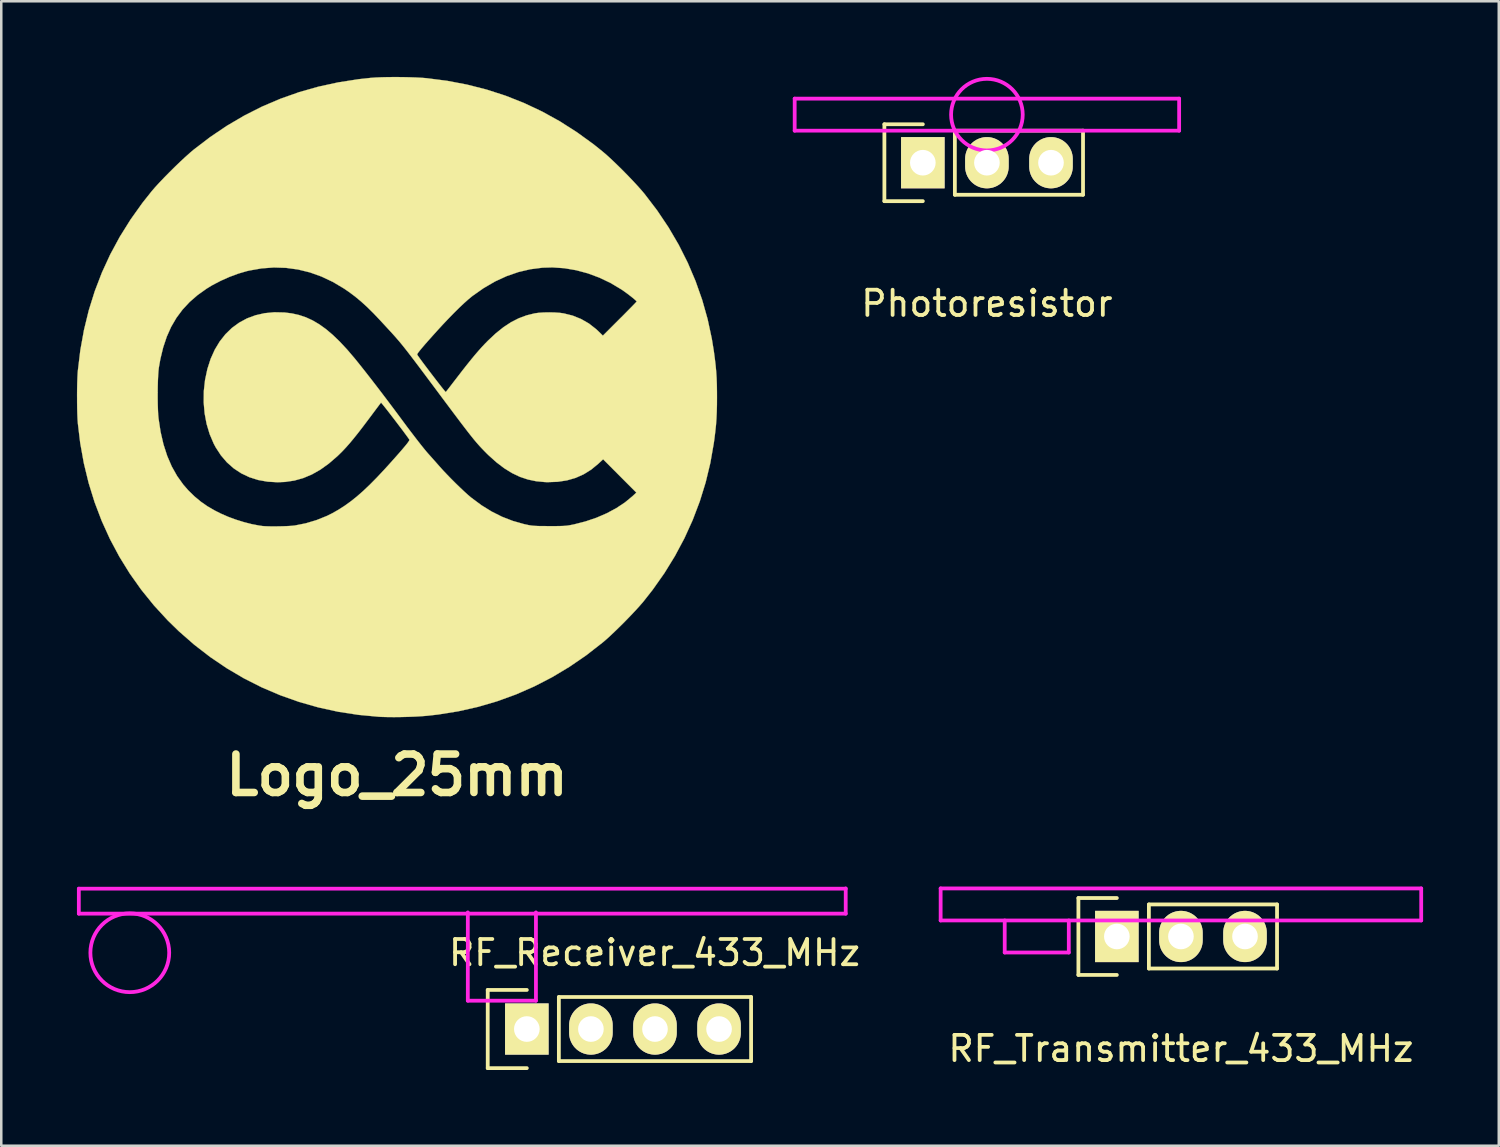
<source format=kicad_pcb>
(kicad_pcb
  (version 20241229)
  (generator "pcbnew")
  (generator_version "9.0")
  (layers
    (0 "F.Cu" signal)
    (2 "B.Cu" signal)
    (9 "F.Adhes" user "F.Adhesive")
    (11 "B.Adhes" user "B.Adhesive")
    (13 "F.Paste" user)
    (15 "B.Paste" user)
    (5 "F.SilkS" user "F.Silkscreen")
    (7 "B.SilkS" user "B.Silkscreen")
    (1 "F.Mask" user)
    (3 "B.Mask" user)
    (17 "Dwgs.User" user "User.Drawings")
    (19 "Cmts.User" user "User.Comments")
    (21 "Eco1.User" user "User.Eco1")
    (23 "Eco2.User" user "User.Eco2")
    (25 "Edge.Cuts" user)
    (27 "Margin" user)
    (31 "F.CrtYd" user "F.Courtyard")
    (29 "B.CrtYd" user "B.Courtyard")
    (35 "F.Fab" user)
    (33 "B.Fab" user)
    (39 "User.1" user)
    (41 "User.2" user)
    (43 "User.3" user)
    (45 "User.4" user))
  (footprint "Photoresistor"
    (layer "F.Cu")
    (at 36.072 3.4)
    (property "Reference" "Photoresistor" (at 0 5.58 0) (layer "F.SilkS") (effects (font (size 1 1) (thickness 0.15))))
    (attr through_hole)
    (fp_line (start -4.064 -1.524) (end -4.064 1.524) (stroke (width 0.15) (type solid)) (layer "F.SilkS"))
    (fp_line (start -4.064 1.524) (end -2.54 1.524) (stroke (width 0.15) (type solid)) (layer "F.SilkS"))
    (fp_line (start -2.54 -1.524) (end -4.064 -1.524) (stroke (width 0.15) (type solid)) (layer "F.SilkS"))
    (fp_line (start -1.27 -1.27) (end -1.27 1.27) (stroke (width 0.15) (type solid)) (layer "F.SilkS"))
    (fp_line (start -1.27 1.27) (end 3.81 1.27) (stroke (width 0.15) (type solid)) (layer "F.SilkS"))
    (fp_line (start 3.81 -1.27) (end -1.27 -1.27) (stroke (width 0.15) (type solid)) (layer "F.SilkS"))
    (fp_line (start 3.81 1.27) (end 3.81 -1.27) (stroke (width 0.15) (type solid)) (layer "F.SilkS"))
    (fp_line (start -7.62 -2.54) (end 7.62 -2.54) (stroke (width 0.15) (type solid)) (layer "F.CrtYd"))
    (fp_line (start -7.62 -1.27) (end -7.62 -2.54) (stroke (width 0.15) (type solid)) (layer "F.CrtYd"))
    (fp_line (start 7.62 -2.54) (end 7.62 -1.27) (stroke (width 0.15) (type solid)) (layer "F.CrtYd"))
    (fp_line (start 7.62 -1.27) (end -7.62 -1.27) (stroke (width 0.15) (type solid)) (layer "F.CrtYd"))
    (fp_circle (center 0 -1.905) (end 0.635 -3.175) (stroke (width 0.15) (type solid)) (fill no) (layer "F.CrtYd"))
    (pad "1" thru_hole rect (at -2.54 0 90) (size 2.032 1.727) (drill 1.016) (layers "*.Cu" "*.Mask" "F.SilkS"))
    (pad "2" thru_hole oval (at 0 0 90) (size 2.032 1.727) (drill 1.016) (layers "*.Cu" "*.Mask" "F.SilkS"))
    (pad "3" thru_hole oval (at 2.54 0 90) (size 2.032 1.727) (drill 1.016) (layers "*.Cu" "*.Mask" "F.SilkS")))
  (footprint "RF_Receiver_433_MHz"
    (layer "F.Cu")
    (at 22.895 37.718)
    (property "Reference" "RF_Receiver_433_MHz" (at 0 -3 0) (layer "F.SilkS") (effects (font (size 1 1) (thickness 0.15))))
    (attr through_hole)
    (fp_line (start -6.611 -1.526) (end -5.061 -1.526) (stroke (width 0.15) (type solid)) (layer "F.SilkS"))
    (fp_line (start -6.611 1.574) (end -6.611 -1.526) (stroke (width 0.15) (type solid)) (layer "F.SilkS"))
    (fp_line (start -5.061 1.574) (end -6.611 1.574) (stroke (width 0.15) (type solid)) (layer "F.SilkS"))
    (fp_line (start -3.791 -1.246) (end -3.791 1.294) (stroke (width 0.15) (type solid)) (layer "F.SilkS"))
    (fp_line (start -3.791 -1.246) (end 3.829 -1.246) (stroke (width 0.15) (type solid)) (layer "F.SilkS"))
    (fp_line (start -3.791 1.294) (end 3.829 1.294) (stroke (width 0.15) (type solid)) (layer "F.SilkS"))
    (fp_line (start 3.829 1.294) (end 3.829 -1.246) (stroke (width 0.15) (type solid)) (layer "F.SilkS"))
    (fp_line (start -22.82 -5.54) (end -22.82 -4.55) (stroke (width 0.15) (type solid)) (layer "F.CrtYd"))
    (fp_line (start -22.82 -4.55) (end 7.58 -4.55) (stroke (width 0.15) (type solid)) (layer "F.CrtYd"))
    (fp_line (start -7.4 -4.6) (end -7.4 -1.1) (stroke (width 0.15) (type solid)) (layer "F.CrtYd"))
    (fp_line (start -7.4 -1.1) (end -4.7 -1.1) (stroke (width 0.15) (type solid)) (layer "F.CrtYd"))
    (fp_line (start -4.7 -1.1) (end -4.7 -4.6) (stroke (width 0.15) (type solid)) (layer "F.CrtYd"))
    (fp_line (start 7.58 -5.54) (end -22.82 -5.54) (stroke (width 0.15) (type solid)) (layer "F.CrtYd"))
    (fp_line (start 7.58 -4.55) (end 7.58 -5.55) (stroke (width 0.15) (type solid)) (layer "F.CrtYd"))
    (fp_circle (center -20.8 -3) (end -19.6 -2) (stroke (width 0.15) (type solid)) (fill no) (layer "F.CrtYd"))
    (pad "1" thru_hole rect (at -5.061 0.024 90) (size 2.032 1.727) (drill 1.016) (layers "*.Cu" "*.Mask" "F.SilkS"))
    (pad "2" thru_hole oval (at -2.521 0.024 90) (size 2.032 1.727) (drill 1.016) (layers "*.Cu" "*.Mask" "F.SilkS"))
    (pad "3" thru_hole oval (at 0.019 0.024 90) (size 2.032 1.727) (drill 1.016) (layers "*.Cu" "*.Mask" "F.SilkS"))
    (pad "4" thru_hole oval (at 2.559 0.024 90) (size 2.032 1.727) (drill 1.016) (layers "*.Cu" "*.Mask" "F.SilkS")))
  (footprint "RF_Transmitter_433_MHz"
    (layer "F.Cu")
    (at 43.763 34.073)
    (property "Reference" "RF_Transmitter_433_MHz" (at 0 4.445 0) (layer "F.SilkS") (effects (font (size 1 1) (thickness 0.15))))
    (attr through_hole)
    (fp_line (start -4.064 -1.524) (end -4.064 1.524) (stroke (width 0.15) (type solid)) (layer "F.SilkS"))
    (fp_line (start -4.064 1.524) (end -2.54 1.524) (stroke (width 0.15) (type solid)) (layer "F.SilkS"))
    (fp_line (start -2.54 -1.524) (end -4.064 -1.524) (stroke (width 0.15) (type solid)) (layer "F.SilkS"))
    (fp_line (start -1.27 -1.27) (end 3.81 -1.27) (stroke (width 0.15) (type solid)) (layer "F.SilkS"))
    (fp_line (start -1.27 1.27) (end -1.27 -1.27) (stroke (width 0.15) (type solid)) (layer "F.SilkS"))
    (fp_line (start 3.81 -1.27) (end 3.81 1.27) (stroke (width 0.15) (type solid)) (layer "F.SilkS"))
    (fp_line (start 3.81 1.27) (end -1.27 1.27) (stroke (width 0.15) (type solid)) (layer "F.SilkS"))
    (fp_line (start -9.525 -1.905) (end 9.525 -1.905) (stroke (width 0.15) (type solid)) (layer "F.CrtYd"))
    (fp_line (start -9.525 -0.635) (end -9.525 -1.905) (stroke (width 0.15) (type solid)) (layer "F.CrtYd"))
    (fp_line (start -6.985 -0.635) (end -6.985 0.635) (stroke (width 0.15) (type solid)) (layer "F.CrtYd"))
    (fp_line (start -6.985 0.635) (end -4.445 0.635) (stroke (width 0.15) (type solid)) (layer "F.CrtYd"))
    (fp_line (start -4.445 0.635) (end -4.445 -0.635) (stroke (width 0.15) (type solid)) (layer "F.CrtYd"))
    (fp_line (start 9.525 -1.905) (end 9.525 -0.635) (stroke (width 0.15) (type solid)) (layer "F.CrtYd"))
    (fp_line (start 9.525 -0.635) (end -9.525 -0.635) (stroke (width 0.15) (type solid)) (layer "F.CrtYd"))
    (pad "1" thru_hole rect (at -2.54 0 90) (size 2.032 1.727) (drill 1.016) (layers "*.Cu" "*.Mask" "F.SilkS"))
    (pad "2" thru_hole oval (at 0 0 90) (size 2.032 1.727) (drill 1.016) (layers "*.Cu" "*.Mask" "F.SilkS"))
    (pad "3" thru_hole oval (at 2.54 0 90) (size 2.032 1.727) (drill 1.016) (layers "*.Cu" "*.Mask" "F.SilkS")))
  (footprint "Logo_25mm"
    (layer "F.Cu")
    (at 12.688 12.689)
    (property "Reference" "Logo_25mm" (at 0 14.986 0) (layer "F.SilkS") (effects (font (size 1.524 1.524) (thickness 0.3))))
    (attr through_hole)
    (fp_poly (pts (xy 0.214 -12.682) (xy 0.495 -12.676) (xy 0.759 -12.667) (xy 0.996 -12.654) (xy 1.168 -12.64) (xy 1.983 -12.536) (xy 2.777 -12.385) (xy 3.551 -12.188) (xy 4.306 -11.944) (xy 5.041 -11.653) (xy 5.757 -11.315) (xy 6.454 -10.93) (xy 7.132 -10.497) (xy 7.793 -10.018) (xy 8.153 -9.729) (xy 8.315 -9.59) (xy 8.501 -9.42) (xy 8.704 -9.226) (xy 8.916 -9.018) (xy 9.128 -8.803) (xy 9.333 -8.589) (xy 9.523 -8.384) (xy 9.691 -8.196) (xy 9.813 -8.051) (xy 10.311 -7.399) (xy 10.762 -6.727) (xy 11.167 -6.035) (xy 11.524 -5.325) (xy 11.834 -4.597) (xy 12.097 -3.852) (xy 12.312 -3.09) (xy 12.479 -2.311) (xy 12.558 -1.826) (xy 12.598 -1.527) (xy 12.63 -1.259) (xy 12.653 -1.006) (xy 12.669 -0.755) (xy 12.679 -0.49) (xy 12.683 -0.197) (xy 12.684 0) (xy 12.682 0.316) (xy 12.675 0.596) (xy 12.663 0.854) (xy 12.645 1.105) (xy 12.618 1.362) (xy 12.584 1.64) (xy 12.558 1.826) (xy 12.421 2.61) (xy 12.235 3.382) (xy 12.001 4.138) (xy 11.72 4.877) (xy 11.392 5.599) (xy 11.018 6.3) (xy 10.599 6.981) (xy 10.134 7.64) (xy 9.767 8.107) (xy 9.629 8.267) (xy 9.463 8.451) (xy 9.275 8.65) (xy 9.074 8.858) (xy 8.867 9.066) (xy 8.662 9.266) (xy 8.468 9.45) (xy 8.291 9.611) (xy 8.153 9.729) (xy 7.503 10.236) (xy 6.833 10.695) (xy 6.145 11.107) (xy 5.438 11.472) (xy 4.712 11.79) (xy 3.968 12.06) (xy 3.206 12.283) (xy 2.426 12.458) (xy 1.627 12.586) (xy 1.184 12.636) (xy 0.965 12.653) (xy 0.712 12.668) (xy 0.439 12.678) (xy 0.159 12.685) (xy -0.116 12.688) (xy -0.373 12.686) (xy -0.6 12.68) (xy -0.714 12.675) (xy -1.532 12.598) (xy -2.333 12.475) (xy -3.118 12.303) (xy -3.884 12.085) (xy -4.631 11.82) (xy -5.358 11.51) (xy -6.063 11.154) (xy -6.745 10.753) (xy -7.404 10.307) (xy -8.038 9.818) (xy -8.646 9.286) (xy -9.094 8.849) (xy -9.637 8.258) (xy -10.137 7.64) (xy -10.595 6.994) (xy -11.009 6.324) (xy -11.38 5.628) (xy -11.706 4.91) (xy -11.988 4.169) (xy -12.224 3.407) (xy -12.414 2.625) (xy -12.558 1.824) (xy -12.652 1.041) (xy -12.664 0.878) (xy -12.673 0.674) (xy -12.679 0.441) (xy -12.682 0.19) (xy -12.682 0.05) (xy -9.487 0.05) (xy -9.484 0.284) (xy -9.477 0.5) (xy -9.468 0.69) (xy -9.454 0.843) (xy -9.453 0.851) (xy -9.372 1.382) (xy -9.258 1.875) (xy -9.111 2.331) (xy -8.931 2.749) (xy -8.717 3.13) (xy -8.47 3.475) (xy -8.271 3.702) (xy -8.027 3.94) (xy -7.779 4.146) (xy -7.514 4.331) (xy -7.22 4.501) (xy -6.982 4.621) (xy -6.696 4.746) (xy -6.386 4.86) (xy -6.068 4.959) (xy -5.755 5.039) (xy -5.462 5.095) (xy -5.334 5.113) (xy -5.221 5.121) (xy -5.07 5.126) (xy -4.894 5.128) (xy -4.705 5.126) (xy -4.515 5.122) (xy -4.338 5.115) (xy -4.184 5.106) (xy -4.067 5.094) (xy -4.051 5.092) (xy -3.619 5.006) (xy -3.193 4.879) (xy -2.788 4.716) (xy -2.565 4.606) (xy -2.319 4.466) (xy -2.077 4.311) (xy -1.837 4.138) (xy -1.593 3.944) (xy -1.341 3.723) (xy -1.078 3.473) (xy -0.799 3.191) (xy -0.499 2.871) (xy -0.282 2.632) (xy -0.085 2.411) (xy 0.08 2.225) (xy 0.213 2.071) (xy 0.318 1.946) (xy 0.397 1.849) (xy 0.45 1.777) (xy 0.481 1.728) (xy 0.492 1.698) (xy 0.49 1.691) (xy 0.461 1.646) (xy 0.407 1.57) (xy 0.333 1.469) (xy 0.243 1.347) (xy 0.14 1.211) (xy 0.03 1.066) (xy -0.083 0.917) (xy -0.197 0.769) (xy -0.305 0.628) (xy -0.405 0.5) (xy -0.492 0.39) (xy -0.562 0.303) (xy -0.61 0.245) (xy -0.634 0.221) (xy -0.635 0.221) (xy -0.654 0.246) (xy -0.7 0.306) (xy -0.768 0.397) (xy -0.856 0.514) (xy -0.958 0.651) (xy -1.072 0.804) (xy -1.136 0.889) (xy -1.351 1.174) (xy -1.542 1.422) (xy -1.715 1.638) (xy -1.873 1.828) (xy -2.021 1.996) (xy -2.164 2.148) (xy -2.306 2.289) (xy -2.369 2.349) (xy -2.703 2.637) (xy -3.037 2.877) (xy -3.374 3.068) (xy -3.717 3.212) (xy -4.07 3.311) (xy -4.435 3.365) (xy -4.733 3.378) (xy -5.13 3.355) (xy -5.504 3.288) (xy -5.854 3.177) (xy -6.177 3.023) (xy -6.474 2.827) (xy -6.742 2.59) (xy -6.98 2.312) (xy -7.187 1.995) (xy -7.265 1.849) (xy -7.427 1.469) (xy -7.548 1.066) (xy -7.627 0.643) (xy -7.664 0.209) (xy -7.659 -0.233) (xy -7.61 -0.675) (xy -7.517 -1.112) (xy -7.517 -1.112) (xy -7.389 -1.511) (xy -7.226 -1.874) (xy -7.03 -2.2) (xy -6.802 -2.489) (xy -6.545 -2.739) (xy -6.259 -2.948) (xy -5.947 -3.117) (xy -5.609 -3.242) (xy -5.249 -3.324) (xy -4.867 -3.361) (xy -4.464 -3.352) (xy -4.461 -3.352) (xy -4.168 -3.315) (xy -3.886 -3.252) (xy -3.613 -3.161) (xy -3.346 -3.038) (xy -3.081 -2.882) (xy -2.815 -2.691) (xy -2.545 -2.462) (xy -2.267 -2.194) (xy -1.978 -1.884) (xy -1.676 -1.53) (xy -1.54 -1.362) (xy -1.277 -1.031) (xy -1.009 -0.688) (xy -0.732 -0.328) (xy -0.441 0.055) (xy -0.13 0.468) (xy 0.203 0.916) (xy 0.237 0.962) (xy 0.391 1.17) (xy 0.547 1.376) (xy 0.698 1.574) (xy 0.841 1.759) (xy 0.971 1.924) (xy 1.084 2.064) (xy 1.173 2.172) (xy 1.217 2.223) (xy 1.333 2.352) (xy 1.457 2.492) (xy 1.578 2.628) (xy 1.681 2.745) (xy 1.702 2.769) (xy 1.83 2.911) (xy 1.982 3.071) (xy 2.148 3.242) (xy 2.32 3.414) (xy 2.492 3.581) (xy 2.655 3.735) (xy 2.802 3.869) (xy 2.924 3.973) (xy 2.946 3.991) (xy 3.349 4.29) (xy 3.753 4.54) (xy 4.164 4.746) (xy 4.588 4.91) (xy 5.031 5.036) (xy 5.131 5.058) (xy 5.22 5.077) (xy 5.303 5.091) (xy 5.389 5.101) (xy 5.487 5.108) (xy 5.605 5.113) (xy 5.752 5.115) (xy 5.936 5.116) (xy 6.045 5.117) (xy 6.248 5.117) (xy 6.408 5.115) (xy 6.536 5.112) (xy 6.641 5.107) (xy 6.731 5.099) (xy 6.815 5.087) (xy 6.903 5.071) (xy 7.005 5.05) (xy 7.016 5.048) (xy 7.472 4.931) (xy 7.907 4.784) (xy 8.316 4.607) (xy 8.694 4.404) (xy 9.035 4.178) (xy 9.335 3.93) (xy 9.346 3.92) (xy 9.487 3.788) (xy 8.17 2.467) (xy 7.982 2.642) (xy 7.7 2.875) (xy 7.4 3.062) (xy 7.079 3.205) (xy 6.735 3.304) (xy 6.367 3.36) (xy 5.972 3.374) (xy 5.867 3.371) (xy 5.52 3.338) (xy 5.189 3.269) (xy 4.869 3.162) (xy 4.557 3.013) (xy 4.249 2.822) (xy 3.939 2.586) (xy 3.624 2.303) (xy 3.542 2.223) (xy 3.456 2.135) (xy 3.374 2.05) (xy 3.294 1.965) (xy 3.213 1.875) (xy 3.129 1.778) (xy 3.038 1.669) (xy 2.939 1.546) (xy 2.827 1.404) (xy 2.701 1.24) (xy 2.556 1.051) (xy 2.392 0.833) (xy 2.204 0.583) (xy 1.99 0.297) (xy 1.891 0.165) (xy 1.631 -0.184) (xy 1.399 -0.495) (xy 1.192 -0.772) (xy 1.009 -1.017) (xy 0.846 -1.234) (xy 0.702 -1.425) (xy 0.574 -1.593) (xy 0.503 -1.686) (xy 0.798 -1.686) (xy 0.799 -1.685) (xy 0.818 -1.652) (xy 0.864 -1.586) (xy 0.931 -1.493) (xy 1.016 -1.377) (xy 1.115 -1.245) (xy 1.223 -1.102) (xy 1.336 -0.953) (xy 1.45 -0.804) (xy 1.561 -0.66) (xy 1.665 -0.526) (xy 1.757 -0.408) (xy 1.835 -0.311) (xy 1.892 -0.241) (xy 1.926 -0.203) (xy 1.933 -0.197) (xy 1.952 -0.222) (xy 1.999 -0.281) (xy 2.068 -0.37) (xy 2.155 -0.483) (xy 2.257 -0.616) (xy 2.37 -0.762) (xy 2.389 -0.787) (xy 2.598 -1.058) (xy 2.782 -1.292) (xy 2.946 -1.496) (xy 3.094 -1.675) (xy 3.231 -1.834) (xy 3.36 -1.979) (xy 3.488 -2.115) (xy 3.607 -2.236) (xy 3.915 -2.525) (xy 4.217 -2.767) (xy 4.518 -2.965) (xy 4.821 -3.12) (xy 5.132 -3.237) (xy 5.455 -3.317) (xy 5.459 -3.318) (xy 5.623 -3.34) (xy 5.821 -3.353) (xy 6.036 -3.357) (xy 6.251 -3.352) (xy 6.452 -3.338) (xy 6.608 -3.316) (xy 6.963 -3.228) (xy 7.297 -3.093) (xy 7.609 -2.914) (xy 7.894 -2.691) (xy 7.976 -2.614) (xy 8.161 -2.434) (xy 8.83 -3.103) (xy 8.982 -3.254) (xy 9.121 -3.395) (xy 9.244 -3.52) (xy 9.348 -3.626) (xy 9.427 -3.708) (xy 9.479 -3.763) (xy 9.499 -3.787) (xy 9.5 -3.787) (xy 9.48 -3.813) (xy 9.427 -3.862) (xy 9.349 -3.928) (xy 9.252 -4.005) (xy 9.145 -4.087) (xy 9.036 -4.167) (xy 8.933 -4.24) (xy 8.9 -4.262) (xy 8.473 -4.518) (xy 8.027 -4.731) (xy 7.569 -4.902) (xy 7.103 -5.027) (xy 6.633 -5.107) (xy 6.164 -5.139) (xy 5.766 -5.128) (xy 5.285 -5.066) (xy 4.812 -4.955) (xy 4.347 -4.794) (xy 3.889 -4.583) (xy 3.439 -4.322) (xy 2.996 -4.011) (xy 2.972 -3.992) (xy 2.828 -3.873) (xy 2.657 -3.72) (xy 2.464 -3.538) (xy 2.255 -3.331) (xy 2.035 -3.105) (xy 1.808 -2.865) (xy 1.624 -2.665) (xy 1.415 -2.433) (xy 1.239 -2.236) (xy 1.095 -2.072) (xy 0.982 -1.939) (xy 0.897 -1.836) (xy 0.839 -1.761) (xy 0.807 -1.711) (xy 0.798 -1.686) (xy 0.503 -1.686) (xy 0.46 -1.742) (xy 0.356 -1.875) (xy 0.262 -1.994) (xy 0.174 -2.103) (xy 0.09 -2.204) (xy 0.007 -2.3) (xy -0.076 -2.396) (xy -0.163 -2.493) (xy -0.255 -2.594) (xy -0.356 -2.703) (xy -0.466 -2.823) (xy -0.59 -2.957) (xy -0.664 -3.037) (xy -0.934 -3.322) (xy -1.185 -3.57) (xy -1.425 -3.788) (xy -1.661 -3.984) (xy -1.902 -4.164) (xy -2.097 -4.298) (xy -2.54 -4.562) (xy -2.993 -4.776) (xy -3.454 -4.941) (xy -3.924 -5.056) (xy -4.4 -5.121) (xy -4.882 -5.136) (xy -5.369 -5.1) (xy -5.859 -5.014) (xy -5.963 -4.989) (xy -6.295 -4.892) (xy -6.643 -4.762) (xy -6.989 -4.608) (xy -7.318 -4.437) (xy -7.543 -4.3) (xy -7.903 -4.044) (xy -8.222 -3.767) (xy -8.502 -3.466) (xy -8.745 -3.139) (xy -8.953 -2.783) (xy -9.127 -2.394) (xy -9.269 -1.969) (xy -9.381 -1.507) (xy -9.441 -1.168) (xy -9.456 -1.036) (xy -9.468 -0.862) (xy -9.478 -0.657) (xy -9.484 -0.43) (xy -9.487 -0.191) (xy -9.487 0.05) (xy -12.682 0.05) (xy -12.683 -0.069) (xy -12.681 -0.326) (xy -12.676 -0.569) (xy -12.668 -0.787) (xy -12.658 -0.971) (xy -12.652 -1.041) (xy -12.553 -1.863) (xy -12.408 -2.663) (xy -12.218 -3.441) (xy -11.981 -4.198) (xy -11.698 -4.935) (xy -11.368 -5.652) (xy -10.991 -6.35) (xy -10.567 -7.029) (xy -10.096 -7.691) (xy -9.729 -8.153) (xy -9.592 -8.313) (xy -9.423 -8.497) (xy -9.232 -8.698) (xy -9.025 -8.908) (xy -8.812 -9.119) (xy -8.6 -9.323) (xy -8.396 -9.513) (xy -8.209 -9.68) (xy -8.058 -9.808) (xy -7.408 -10.305) (xy -6.741 -10.755) (xy -6.055 -11.157) (xy -5.351 -11.513) (xy -4.627 -11.822) (xy -3.882 -12.086) (xy -3.116 -12.303) (xy -2.329 -12.474) (xy -1.519 -12.6) (xy -1.041 -12.652) (xy -0.847 -12.666) (xy -0.613 -12.676) (xy -0.351 -12.682) (xy -0.071 -12.684) (xy 0.214 -12.682)) (stroke (width 0.01) (type solid)) (fill yes) (layer "F.SilkS")))
  (gr_rect
    (start -3 -3)
    (end 56.363 42.367)
    (stroke (width 0.1) (type default))
    (fill no)
    (layer "Edge.Cuts")))
</source>
